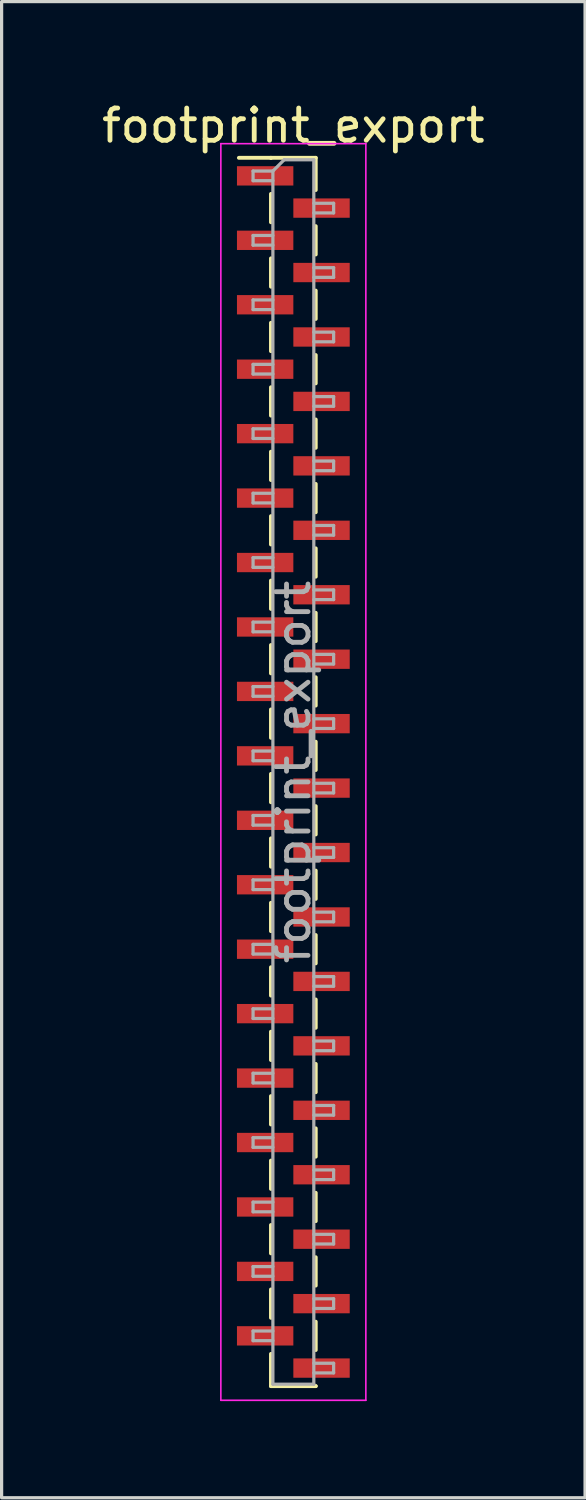
<source format=kicad_pcb>
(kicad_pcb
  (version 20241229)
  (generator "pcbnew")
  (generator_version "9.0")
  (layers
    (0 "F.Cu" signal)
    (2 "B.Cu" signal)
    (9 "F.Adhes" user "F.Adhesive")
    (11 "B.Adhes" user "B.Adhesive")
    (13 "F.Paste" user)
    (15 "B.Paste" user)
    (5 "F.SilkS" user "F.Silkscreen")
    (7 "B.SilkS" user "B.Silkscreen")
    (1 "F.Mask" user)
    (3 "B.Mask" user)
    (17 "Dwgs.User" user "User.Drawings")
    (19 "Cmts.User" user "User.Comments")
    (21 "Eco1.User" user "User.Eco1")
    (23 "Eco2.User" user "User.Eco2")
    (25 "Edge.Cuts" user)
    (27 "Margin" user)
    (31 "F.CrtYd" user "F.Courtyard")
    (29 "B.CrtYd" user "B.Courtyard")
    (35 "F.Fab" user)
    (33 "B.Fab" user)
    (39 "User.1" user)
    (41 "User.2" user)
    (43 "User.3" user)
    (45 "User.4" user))
  (footprint "footprint_export"
    (layer "F.Cu")
    (at 6.054 20.908)
    (property "Reference" "footprint_export" (at 0 -20.06 0) (layer "F.SilkS") (effects (font (size 1 1) (thickness 0.15))))
    (attr smd)
    (fp_line (start -0.695 -19.06) (end -1.69 -19.06) (stroke (width 0.12) (type solid)) (layer "F.SilkS"))
    (fp_line (start -0.695 -19.06) (end -0.695 -19.06) (stroke (width 0.12) (type solid)) (layer "F.SilkS"))
    (fp_line (start -0.695 -19.06) (end 0.695 -19.06) (stroke (width 0.12) (type solid)) (layer "F.SilkS"))
    (fp_line (start -0.695 -17.94) (end -0.695 -17.06) (stroke (width 0.12) (type solid)) (layer "F.SilkS"))
    (fp_line (start -0.695 -15.94) (end -0.695 -15.06) (stroke (width 0.12) (type solid)) (layer "F.SilkS"))
    (fp_line (start -0.695 -13.94) (end -0.695 -13.06) (stroke (width 0.12) (type solid)) (layer "F.SilkS"))
    (fp_line (start -0.695 -11.94) (end -0.695 -11.06) (stroke (width 0.12) (type solid)) (layer "F.SilkS"))
    (fp_line (start -0.695 -9.94) (end -0.695 -9.06) (stroke (width 0.12) (type solid)) (layer "F.SilkS"))
    (fp_line (start -0.695 -7.94) (end -0.695 -7.06) (stroke (width 0.12) (type solid)) (layer "F.SilkS"))
    (fp_line (start -0.695 -5.94) (end -0.695 -5.06) (stroke (width 0.12) (type solid)) (layer "F.SilkS"))
    (fp_line (start -0.695 -3.94) (end -0.695 -3.06) (stroke (width 0.12) (type solid)) (layer "F.SilkS"))
    (fp_line (start -0.695 -1.94) (end -0.695 -1.06) (stroke (width 0.12) (type solid)) (layer "F.SilkS"))
    (fp_line (start -0.695 0.06) (end -0.695 0.94) (stroke (width 0.12) (type solid)) (layer "F.SilkS"))
    (fp_line (start -0.695 2.06) (end -0.695 2.94) (stroke (width 0.12) (type solid)) (layer "F.SilkS"))
    (fp_line (start -0.695 4.06) (end -0.695 4.94) (stroke (width 0.12) (type solid)) (layer "F.SilkS"))
    (fp_line (start -0.695 6.06) (end -0.695 6.94) (stroke (width 0.12) (type solid)) (layer "F.SilkS"))
    (fp_line (start -0.695 8.06) (end -0.695 8.94) (stroke (width 0.12) (type solid)) (layer "F.SilkS"))
    (fp_line (start -0.695 10.06) (end -0.695 10.94) (stroke (width 0.12) (type solid)) (layer "F.SilkS"))
    (fp_line (start -0.695 12.06) (end -0.695 12.94) (stroke (width 0.12) (type solid)) (layer "F.SilkS"))
    (fp_line (start -0.695 14.06) (end -0.695 14.94) (stroke (width 0.12) (type solid)) (layer "F.SilkS"))
    (fp_line (start -0.695 16.06) (end -0.695 16.94) (stroke (width 0.12) (type solid)) (layer "F.SilkS"))
    (fp_line (start -0.695 18.06) (end -0.695 19.06) (stroke (width 0.12) (type solid)) (layer "F.SilkS"))
    (fp_line (start -0.695 19.06) (end 0.695 19.06) (stroke (width 0.12) (type solid)) (layer "F.SilkS"))
    (fp_line (start 0.695 -19.06) (end 0.695 -18.06) (stroke (width 0.12) (type solid)) (layer "F.SilkS"))
    (fp_line (start 0.695 -16.94) (end 0.695 -16.06) (stroke (width 0.12) (type solid)) (layer "F.SilkS"))
    (fp_line (start 0.695 -14.94) (end 0.695 -14.06) (stroke (width 0.12) (type solid)) (layer "F.SilkS"))
    (fp_line (start 0.695 -12.94) (end 0.695 -12.06) (stroke (width 0.12) (type solid)) (layer "F.SilkS"))
    (fp_line (start 0.695 -10.94) (end 0.695 -10.06) (stroke (width 0.12) (type solid)) (layer "F.SilkS"))
    (fp_line (start 0.695 -8.94) (end 0.695 -8.06) (stroke (width 0.12) (type solid)) (layer "F.SilkS"))
    (fp_line (start 0.695 -6.94) (end 0.695 -6.06) (stroke (width 0.12) (type solid)) (layer "F.SilkS"))
    (fp_line (start 0.695 -4.94) (end 0.695 -4.06) (stroke (width 0.12) (type solid)) (layer "F.SilkS"))
    (fp_line (start 0.695 -2.94) (end 0.695 -2.06) (stroke (width 0.12) (type solid)) (layer "F.SilkS"))
    (fp_line (start 0.695 -0.94) (end 0.695 -0.06) (stroke (width 0.12) (type solid)) (layer "F.SilkS"))
    (fp_line (start 0.695 1.06) (end 0.695 1.94) (stroke (width 0.12) (type solid)) (layer "F.SilkS"))
    (fp_line (start 0.695 3.06) (end 0.695 3.94) (stroke (width 0.12) (type solid)) (layer "F.SilkS"))
    (fp_line (start 0.695 5.06) (end 0.695 5.94) (stroke (width 0.12) (type solid)) (layer "F.SilkS"))
    (fp_line (start 0.695 7.06) (end 0.695 7.94) (stroke (width 0.12) (type solid)) (layer "F.SilkS"))
    (fp_line (start 0.695 9.06) (end 0.695 9.94) (stroke (width 0.12) (type solid)) (layer "F.SilkS"))
    (fp_line (start 0.695 11.06) (end 0.695 11.94) (stroke (width 0.12) (type solid)) (layer "F.SilkS"))
    (fp_line (start 0.695 13.06) (end 0.695 13.94) (stroke (width 0.12) (type solid)) (layer "F.SilkS"))
    (fp_line (start 0.695 15.06) (end 0.695 15.94) (stroke (width 0.12) (type solid)) (layer "F.SilkS"))
    (fp_line (start 0.695 17.06) (end 0.695 17.94) (stroke (width 0.12) (type solid)) (layer "F.SilkS"))
    (fp_line (start 0.695 19.06) (end 0.695 19.06) (stroke (width 0.12) (type solid)) (layer "F.SilkS"))
    (fp_line (start -2.25 -19.5) (end -2.25 19.5) (stroke (width 0.05) (type solid)) (layer "F.CrtYd"))
    (fp_line (start -2.25 19.5) (end 2.25 19.5) (stroke (width 0.05) (type solid)) (layer "F.CrtYd"))
    (fp_line (start 2.25 -19.5) (end -2.25 -19.5) (stroke (width 0.05) (type solid)) (layer "F.CrtYd"))
    (fp_line (start 2.25 19.5) (end 2.25 -19.5) (stroke (width 0.05) (type solid)) (layer "F.CrtYd"))
    (fp_line (start -1.25 -18.65) (end -1.25 -18.35) (stroke (width 0.1) (type solid)) (layer "F.Fab"))
    (fp_line (start -1.25 -18.35) (end -0.635 -18.35) (stroke (width 0.1) (type solid)) (layer "F.Fab"))
    (fp_line (start -1.25 -16.65) (end -1.25 -16.35) (stroke (width 0.1) (type solid)) (layer "F.Fab"))
    (fp_line (start -1.25 -16.35) (end -0.635 -16.35) (stroke (width 0.1) (type solid)) (layer "F.Fab"))
    (fp_line (start -1.25 -14.65) (end -1.25 -14.35) (stroke (width 0.1) (type solid)) (layer "F.Fab"))
    (fp_line (start -1.25 -14.35) (end -0.635 -14.35) (stroke (width 0.1) (type solid)) (layer "F.Fab"))
    (fp_line (start -1.25 -12.65) (end -1.25 -12.35) (stroke (width 0.1) (type solid)) (layer "F.Fab"))
    (fp_line (start -1.25 -12.35) (end -0.635 -12.35) (stroke (width 0.1) (type solid)) (layer "F.Fab"))
    (fp_line (start -1.25 -10.65) (end -1.25 -10.35) (stroke (width 0.1) (type solid)) (layer "F.Fab"))
    (fp_line (start -1.25 -10.35) (end -0.635 -10.35) (stroke (width 0.1) (type solid)) (layer "F.Fab"))
    (fp_line (start -1.25 -8.65) (end -1.25 -8.35) (stroke (width 0.1) (type solid)) (layer "F.Fab"))
    (fp_line (start -1.25 -8.35) (end -0.635 -8.35) (stroke (width 0.1) (type solid)) (layer "F.Fab"))
    (fp_line (start -1.25 -6.65) (end -1.25 -6.35) (stroke (width 0.1) (type solid)) (layer "F.Fab"))
    (fp_line (start -1.25 -6.35) (end -0.635 -6.35) (stroke (width 0.1) (type solid)) (layer "F.Fab"))
    (fp_line (start -1.25 -4.65) (end -1.25 -4.35) (stroke (width 0.1) (type solid)) (layer "F.Fab"))
    (fp_line (start -1.25 -4.35) (end -0.635 -4.35) (stroke (width 0.1) (type solid)) (layer "F.Fab"))
    (fp_line (start -1.25 -2.65) (end -1.25 -2.35) (stroke (width 0.1) (type solid)) (layer "F.Fab"))
    (fp_line (start -1.25 -2.35) (end -0.635 -2.35) (stroke (width 0.1) (type solid)) (layer "F.Fab"))
    (fp_line (start -1.25 -0.65) (end -1.25 -0.35) (stroke (width 0.1) (type solid)) (layer "F.Fab"))
    (fp_line (start -1.25 -0.35) (end -0.635 -0.35) (stroke (width 0.1) (type solid)) (layer "F.Fab"))
    (fp_line (start -1.25 1.35) (end -1.25 1.65) (stroke (width 0.1) (type solid)) (layer "F.Fab"))
    (fp_line (start -1.25 1.65) (end -0.635 1.65) (stroke (width 0.1) (type solid)) (layer "F.Fab"))
    (fp_line (start -1.25 3.35) (end -1.25 3.65) (stroke (width 0.1) (type solid)) (layer "F.Fab"))
    (fp_line (start -1.25 3.65) (end -0.635 3.65) (stroke (width 0.1) (type solid)) (layer "F.Fab"))
    (fp_line (start -1.25 5.35) (end -1.25 5.65) (stroke (width 0.1) (type solid)) (layer "F.Fab"))
    (fp_line (start -1.25 5.65) (end -0.635 5.65) (stroke (width 0.1) (type solid)) (layer "F.Fab"))
    (fp_line (start -1.25 7.35) (end -1.25 7.65) (stroke (width 0.1) (type solid)) (layer "F.Fab"))
    (fp_line (start -1.25 7.65) (end -0.635 7.65) (stroke (width 0.1) (type solid)) (layer "F.Fab"))
    (fp_line (start -1.25 9.35) (end -1.25 9.65) (stroke (width 0.1) (type solid)) (layer "F.Fab"))
    (fp_line (start -1.25 9.65) (end -0.635 9.65) (stroke (width 0.1) (type solid)) (layer "F.Fab"))
    (fp_line (start -1.25 11.35) (end -1.25 11.65) (stroke (width 0.1) (type solid)) (layer "F.Fab"))
    (fp_line (start -1.25 11.65) (end -0.635 11.65) (stroke (width 0.1) (type solid)) (layer "F.Fab"))
    (fp_line (start -1.25 13.35) (end -1.25 13.65) (stroke (width 0.1) (type solid)) (layer "F.Fab"))
    (fp_line (start -1.25 13.65) (end -0.635 13.65) (stroke (width 0.1) (type solid)) (layer "F.Fab"))
    (fp_line (start -1.25 15.35) (end -1.25 15.65) (stroke (width 0.1) (type solid)) (layer "F.Fab"))
    (fp_line (start -1.25 15.65) (end -0.635 15.65) (stroke (width 0.1) (type solid)) (layer "F.Fab"))
    (fp_line (start -1.25 17.35) (end -1.25 17.65) (stroke (width 0.1) (type solid)) (layer "F.Fab"))
    (fp_line (start -1.25 17.65) (end -0.635 17.65) (stroke (width 0.1) (type solid)) (layer "F.Fab"))
    (fp_line (start -0.635 -18.65) (end -1.25 -18.65) (stroke (width 0.1) (type solid)) (layer "F.Fab"))
    (fp_line (start -0.635 -18.65) (end -0.285 -19) (stroke (width 0.1) (type solid)) (layer "F.Fab"))
    (fp_line (start -0.635 -16.65) (end -1.25 -16.65) (stroke (width 0.1) (type solid)) (layer "F.Fab"))
    (fp_line (start -0.635 -14.65) (end -1.25 -14.65) (stroke (width 0.1) (type solid)) (layer "F.Fab"))
    (fp_line (start -0.635 -12.65) (end -1.25 -12.65) (stroke (width 0.1) (type solid)) (layer "F.Fab"))
    (fp_line (start -0.635 -10.65) (end -1.25 -10.65) (stroke (width 0.1) (type solid)) (layer "F.Fab"))
    (fp_line (start -0.635 -8.65) (end -1.25 -8.65) (stroke (width 0.1) (type solid)) (layer "F.Fab"))
    (fp_line (start -0.635 -6.65) (end -1.25 -6.65) (stroke (width 0.1) (type solid)) (layer "F.Fab"))
    (fp_line (start -0.635 -4.65) (end -1.25 -4.65) (stroke (width 0.1) (type solid)) (layer "F.Fab"))
    (fp_line (start -0.635 -2.65) (end -1.25 -2.65) (stroke (width 0.1) (type solid)) (layer "F.Fab"))
    (fp_line (start -0.635 -0.65) (end -1.25 -0.65) (stroke (width 0.1) (type solid)) (layer "F.Fab"))
    (fp_line (start -0.635 1.35) (end -1.25 1.35) (stroke (width 0.1) (type solid)) (layer "F.Fab"))
    (fp_line (start -0.635 3.35) (end -1.25 3.35) (stroke (width 0.1) (type solid)) (layer "F.Fab"))
    (fp_line (start -0.635 5.35) (end -1.25 5.35) (stroke (width 0.1) (type solid)) (layer "F.Fab"))
    (fp_line (start -0.635 7.35) (end -1.25 7.35) (stroke (width 0.1) (type solid)) (layer "F.Fab"))
    (fp_line (start -0.635 9.35) (end -1.25 9.35) (stroke (width 0.1) (type solid)) (layer "F.Fab"))
    (fp_line (start -0.635 11.35) (end -1.25 11.35) (stroke (width 0.1) (type solid)) (layer "F.Fab"))
    (fp_line (start -0.635 13.35) (end -1.25 13.35) (stroke (width 0.1) (type solid)) (layer "F.Fab"))
    (fp_line (start -0.635 15.35) (end -1.25 15.35) (stroke (width 0.1) (type solid)) (layer "F.Fab"))
    (fp_line (start -0.635 17.35) (end -1.25 17.35) (stroke (width 0.1) (type solid)) (layer "F.Fab"))
    (fp_line (start -0.635 19) (end -0.635 -18.65) (stroke (width 0.1) (type solid)) (layer "F.Fab"))
    (fp_line (start -0.285 -19) (end 0.635 -19) (stroke (width 0.1) (type solid)) (layer "F.Fab"))
    (fp_line (start 0.635 -19) (end 0.635 19) (stroke (width 0.1) (type solid)) (layer "F.Fab"))
    (fp_line (start 0.635 -17.65) (end 1.25 -17.65) (stroke (width 0.1) (type solid)) (layer "F.Fab"))
    (fp_line (start 0.635 -15.65) (end 1.25 -15.65) (stroke (width 0.1) (type solid)) (layer "F.Fab"))
    (fp_line (start 0.635 -13.65) (end 1.25 -13.65) (stroke (width 0.1) (type solid)) (layer "F.Fab"))
    (fp_line (start 0.635 -11.65) (end 1.25 -11.65) (stroke (width 0.1) (type solid)) (layer "F.Fab"))
    (fp_line (start 0.635 -9.65) (end 1.25 -9.65) (stroke (width 0.1) (type solid)) (layer "F.Fab"))
    (fp_line (start 0.635 -7.65) (end 1.25 -7.65) (stroke (width 0.1) (type solid)) (layer "F.Fab"))
    (fp_line (start 0.635 -5.65) (end 1.25 -5.65) (stroke (width 0.1) (type solid)) (layer "F.Fab"))
    (fp_line (start 0.635 -3.65) (end 1.25 -3.65) (stroke (width 0.1) (type solid)) (layer "F.Fab"))
    (fp_line (start 0.635 -1.65) (end 1.25 -1.65) (stroke (width 0.1) (type solid)) (layer "F.Fab"))
    (fp_line (start 0.635 0.35) (end 1.25 0.35) (stroke (width 0.1) (type solid)) (layer "F.Fab"))
    (fp_line (start 0.635 2.35) (end 1.25 2.35) (stroke (width 0.1) (type solid)) (layer "F.Fab"))
    (fp_line (start 0.635 4.35) (end 1.25 4.35) (stroke (width 0.1) (type solid)) (layer "F.Fab"))
    (fp_line (start 0.635 6.35) (end 1.25 6.35) (stroke (width 0.1) (type solid)) (layer "F.Fab"))
    (fp_line (start 0.635 8.35) (end 1.25 8.35) (stroke (width 0.1) (type solid)) (layer "F.Fab"))
    (fp_line (start 0.635 10.35) (end 1.25 10.35) (stroke (width 0.1) (type solid)) (layer "F.Fab"))
    (fp_line (start 0.635 12.35) (end 1.25 12.35) (stroke (width 0.1) (type solid)) (layer "F.Fab"))
    (fp_line (start 0.635 14.35) (end 1.25 14.35) (stroke (width 0.1) (type solid)) (layer "F.Fab"))
    (fp_line (start 0.635 16.35) (end 1.25 16.35) (stroke (width 0.1) (type solid)) (layer "F.Fab"))
    (fp_line (start 0.635 18.35) (end 1.25 18.35) (stroke (width 0.1) (type solid)) (layer "F.Fab"))
    (fp_line (start 0.635 19) (end -0.635 19) (stroke (width 0.1) (type solid)) (layer "F.Fab"))
    (fp_line (start 1.25 -17.65) (end 1.25 -17.35) (stroke (width 0.1) (type solid)) (layer "F.Fab"))
    (fp_line (start 1.25 -17.35) (end 0.635 -17.35) (stroke (width 0.1) (type solid)) (layer "F.Fab"))
    (fp_line (start 1.25 -15.65) (end 1.25 -15.35) (stroke (width 0.1) (type solid)) (layer "F.Fab"))
    (fp_line (start 1.25 -15.35) (end 0.635 -15.35) (stroke (width 0.1) (type solid)) (layer "F.Fab"))
    (fp_line (start 1.25 -13.65) (end 1.25 -13.35) (stroke (width 0.1) (type solid)) (layer "F.Fab"))
    (fp_line (start 1.25 -13.35) (end 0.635 -13.35) (stroke (width 0.1) (type solid)) (layer "F.Fab"))
    (fp_line (start 1.25 -11.65) (end 1.25 -11.35) (stroke (width 0.1) (type solid)) (layer "F.Fab"))
    (fp_line (start 1.25 -11.35) (end 0.635 -11.35) (stroke (width 0.1) (type solid)) (layer "F.Fab"))
    (fp_line (start 1.25 -9.65) (end 1.25 -9.35) (stroke (width 0.1) (type solid)) (layer "F.Fab"))
    (fp_line (start 1.25 -9.35) (end 0.635 -9.35) (stroke (width 0.1) (type solid)) (layer "F.Fab"))
    (fp_line (start 1.25 -7.65) (end 1.25 -7.35) (stroke (width 0.1) (type solid)) (layer "F.Fab"))
    (fp_line (start 1.25 -7.35) (end 0.635 -7.35) (stroke (width 0.1) (type solid)) (layer "F.Fab"))
    (fp_line (start 1.25 -5.65) (end 1.25 -5.35) (stroke (width 0.1) (type solid)) (layer "F.Fab"))
    (fp_line (start 1.25 -5.35) (end 0.635 -5.35) (stroke (width 0.1) (type solid)) (layer "F.Fab"))
    (fp_line (start 1.25 -3.65) (end 1.25 -3.35) (stroke (width 0.1) (type solid)) (layer "F.Fab"))
    (fp_line (start 1.25 -3.35) (end 0.635 -3.35) (stroke (width 0.1) (type solid)) (layer "F.Fab"))
    (fp_line (start 1.25 -1.65) (end 1.25 -1.35) (stroke (width 0.1) (type solid)) (layer "F.Fab"))
    (fp_line (start 1.25 -1.35) (end 0.635 -1.35) (stroke (width 0.1) (type solid)) (layer "F.Fab"))
    (fp_line (start 1.25 0.35) (end 1.25 0.65) (stroke (width 0.1) (type solid)) (layer "F.Fab"))
    (fp_line (start 1.25 0.65) (end 0.635 0.65) (stroke (width 0.1) (type solid)) (layer "F.Fab"))
    (fp_line (start 1.25 2.35) (end 1.25 2.65) (stroke (width 0.1) (type solid)) (layer "F.Fab"))
    (fp_line (start 1.25 2.65) (end 0.635 2.65) (stroke (width 0.1) (type solid)) (layer "F.Fab"))
    (fp_line (start 1.25 4.35) (end 1.25 4.65) (stroke (width 0.1) (type solid)) (layer "F.Fab"))
    (fp_line (start 1.25 4.65) (end 0.635 4.65) (stroke (width 0.1) (type solid)) (layer "F.Fab"))
    (fp_line (start 1.25 6.35) (end 1.25 6.65) (stroke (width 0.1) (type solid)) (layer "F.Fab"))
    (fp_line (start 1.25 6.65) (end 0.635 6.65) (stroke (width 0.1) (type solid)) (layer "F.Fab"))
    (fp_line (start 1.25 8.35) (end 1.25 8.65) (stroke (width 0.1) (type solid)) (layer "F.Fab"))
    (fp_line (start 1.25 8.65) (end 0.635 8.65) (stroke (width 0.1) (type solid)) (layer "F.Fab"))
    (fp_line (start 1.25 10.35) (end 1.25 10.65) (stroke (width 0.1) (type solid)) (layer "F.Fab"))
    (fp_line (start 1.25 10.65) (end 0.635 10.65) (stroke (width 0.1) (type solid)) (layer "F.Fab"))
    (fp_line (start 1.25 12.35) (end 1.25 12.65) (stroke (width 0.1) (type solid)) (layer "F.Fab"))
    (fp_line (start 1.25 12.65) (end 0.635 12.65) (stroke (width 0.1) (type solid)) (layer "F.Fab"))
    (fp_line (start 1.25 14.35) (end 1.25 14.65) (stroke (width 0.1) (type solid)) (layer "F.Fab"))
    (fp_line (start 1.25 14.65) (end 0.635 14.65) (stroke (width 0.1) (type solid)) (layer "F.Fab"))
    (fp_line (start 1.25 16.35) (end 1.25 16.65) (stroke (width 0.1) (type solid)) (layer "F.Fab"))
    (fp_line (start 1.25 16.65) (end 0.635 16.65) (stroke (width 0.1) (type solid)) (layer "F.Fab"))
    (fp_line (start 1.25 18.35) (end 1.25 18.65) (stroke (width 0.1) (type solid)) (layer "F.Fab"))
    (fp_line (start 1.25 18.65) (end 0.635 18.65) (stroke (width 0.1) (type solid)) (layer "F.Fab"))
    (fp_text user "${REFERENCE}" (at 0 0 90) (layer "F.Fab") (effects (font (size 1 1) (thickness 0.15))))
    (pad "1" smd rect (at -0.875 -18.5) (size 1.75 0.6) (layers "F.Cu" "F.Mask" "F.Paste"))
    (pad "2" smd rect (at 0.875 -17.5) (size 1.75 0.6) (layers "F.Cu" "F.Mask" "F.Paste"))
    (pad "3" smd rect (at -0.875 -16.5) (size 1.75 0.6) (layers "F.Cu" "F.Mask" "F.Paste"))
    (pad "4" smd rect (at 0.875 -15.5) (size 1.75 0.6) (layers "F.Cu" "F.Mask" "F.Paste"))
    (pad "5" smd rect (at -0.875 -14.5) (size 1.75 0.6) (layers "F.Cu" "F.Mask" "F.Paste"))
    (pad "6" smd rect (at 0.875 -13.5) (size 1.75 0.6) (layers "F.Cu" "F.Mask" "F.Paste"))
    (pad "7" smd rect (at -0.875 -12.5) (size 1.75 0.6) (layers "F.Cu" "F.Mask" "F.Paste"))
    (pad "8" smd rect (at 0.875 -11.5) (size 1.75 0.6) (layers "F.Cu" "F.Mask" "F.Paste"))
    (pad "9" smd rect (at -0.875 -10.5) (size 1.75 0.6) (layers "F.Cu" "F.Mask" "F.Paste"))
    (pad "10" smd rect (at 0.875 -9.5) (size 1.75 0.6) (layers "F.Cu" "F.Mask" "F.Paste"))
    (pad "11" smd rect (at -0.875 -8.5) (size 1.75 0.6) (layers "F.Cu" "F.Mask" "F.Paste"))
    (pad "12" smd rect (at 0.875 -7.5) (size 1.75 0.6) (layers "F.Cu" "F.Mask" "F.Paste"))
    (pad "13" smd rect (at -0.875 -6.5) (size 1.75 0.6) (layers "F.Cu" "F.Mask" "F.Paste"))
    (pad "14" smd rect (at 0.875 -5.5) (size 1.75 0.6) (layers "F.Cu" "F.Mask" "F.Paste"))
    (pad "15" smd rect (at -0.875 -4.5) (size 1.75 0.6) (layers "F.Cu" "F.Mask" "F.Paste"))
    (pad "16" smd rect (at 0.875 -3.5) (size 1.75 0.6) (layers "F.Cu" "F.Mask" "F.Paste"))
    (pad "17" smd rect (at -0.875 -2.5) (size 1.75 0.6) (layers "F.Cu" "F.Mask" "F.Paste"))
    (pad "18" smd rect (at 0.875 -1.5) (size 1.75 0.6) (layers "F.Cu" "F.Mask" "F.Paste"))
    (pad "19" smd rect (at -0.875 -0.5) (size 1.75 0.6) (layers "F.Cu" "F.Mask" "F.Paste"))
    (pad "20" smd rect (at 0.875 0.5) (size 1.75 0.6) (layers "F.Cu" "F.Mask" "F.Paste"))
    (pad "21" smd rect (at -0.875 1.5) (size 1.75 0.6) (layers "F.Cu" "F.Mask" "F.Paste"))
    (pad "22" smd rect (at 0.875 2.5) (size 1.75 0.6) (layers "F.Cu" "F.Mask" "F.Paste"))
    (pad "23" smd rect (at -0.875 3.5) (size 1.75 0.6) (layers "F.Cu" "F.Mask" "F.Paste"))
    (pad "24" smd rect (at 0.875 4.5) (size 1.75 0.6) (layers "F.Cu" "F.Mask" "F.Paste"))
    (pad "25" smd rect (at -0.875 5.5) (size 1.75 0.6) (layers "F.Cu" "F.Mask" "F.Paste"))
    (pad "26" smd rect (at 0.875 6.5) (size 1.75 0.6) (layers "F.Cu" "F.Mask" "F.Paste"))
    (pad "27" smd rect (at -0.875 7.5) (size 1.75 0.6) (layers "F.Cu" "F.Mask" "F.Paste"))
    (pad "28" smd rect (at 0.875 8.5) (size 1.75 0.6) (layers "F.Cu" "F.Mask" "F.Paste"))
    (pad "29" smd rect (at -0.875 9.5) (size 1.75 0.6) (layers "F.Cu" "F.Mask" "F.Paste"))
    (pad "30" smd rect (at 0.875 10.5) (size 1.75 0.6) (layers "F.Cu" "F.Mask" "F.Paste"))
    (pad "31" smd rect (at -0.875 11.5) (size 1.75 0.6) (layers "F.Cu" "F.Mask" "F.Paste"))
    (pad "32" smd rect (at 0.875 12.5) (size 1.75 0.6) (layers "F.Cu" "F.Mask" "F.Paste"))
    (pad "33" smd rect (at -0.875 13.5) (size 1.75 0.6) (layers "F.Cu" "F.Mask" "F.Paste"))
    (pad "34" smd rect (at 0.875 14.5) (size 1.75 0.6) (layers "F.Cu" "F.Mask" "F.Paste"))
    (pad "35" smd rect (at -0.875 15.5) (size 1.75 0.6) (layers "F.Cu" "F.Mask" "F.Paste"))
    (pad "36" smd rect (at 0.875 16.5) (size 1.75 0.6) (layers "F.Cu" "F.Mask" "F.Paste"))
    (pad "37" smd rect (at -0.875 17.5) (size 1.75 0.6) (layers "F.Cu" "F.Mask" "F.Paste"))
    (pad "38" smd rect (at 0.875 18.5) (size 1.75 0.6) (layers "F.Cu" "F.Mask" "F.Paste")))
  (gr_rect
    (start -3 -3)
    (end 15.107 43.433)
    (stroke (width 0.1) (type default))
    (fill no)
    (layer "Edge.Cuts")))
</source>
